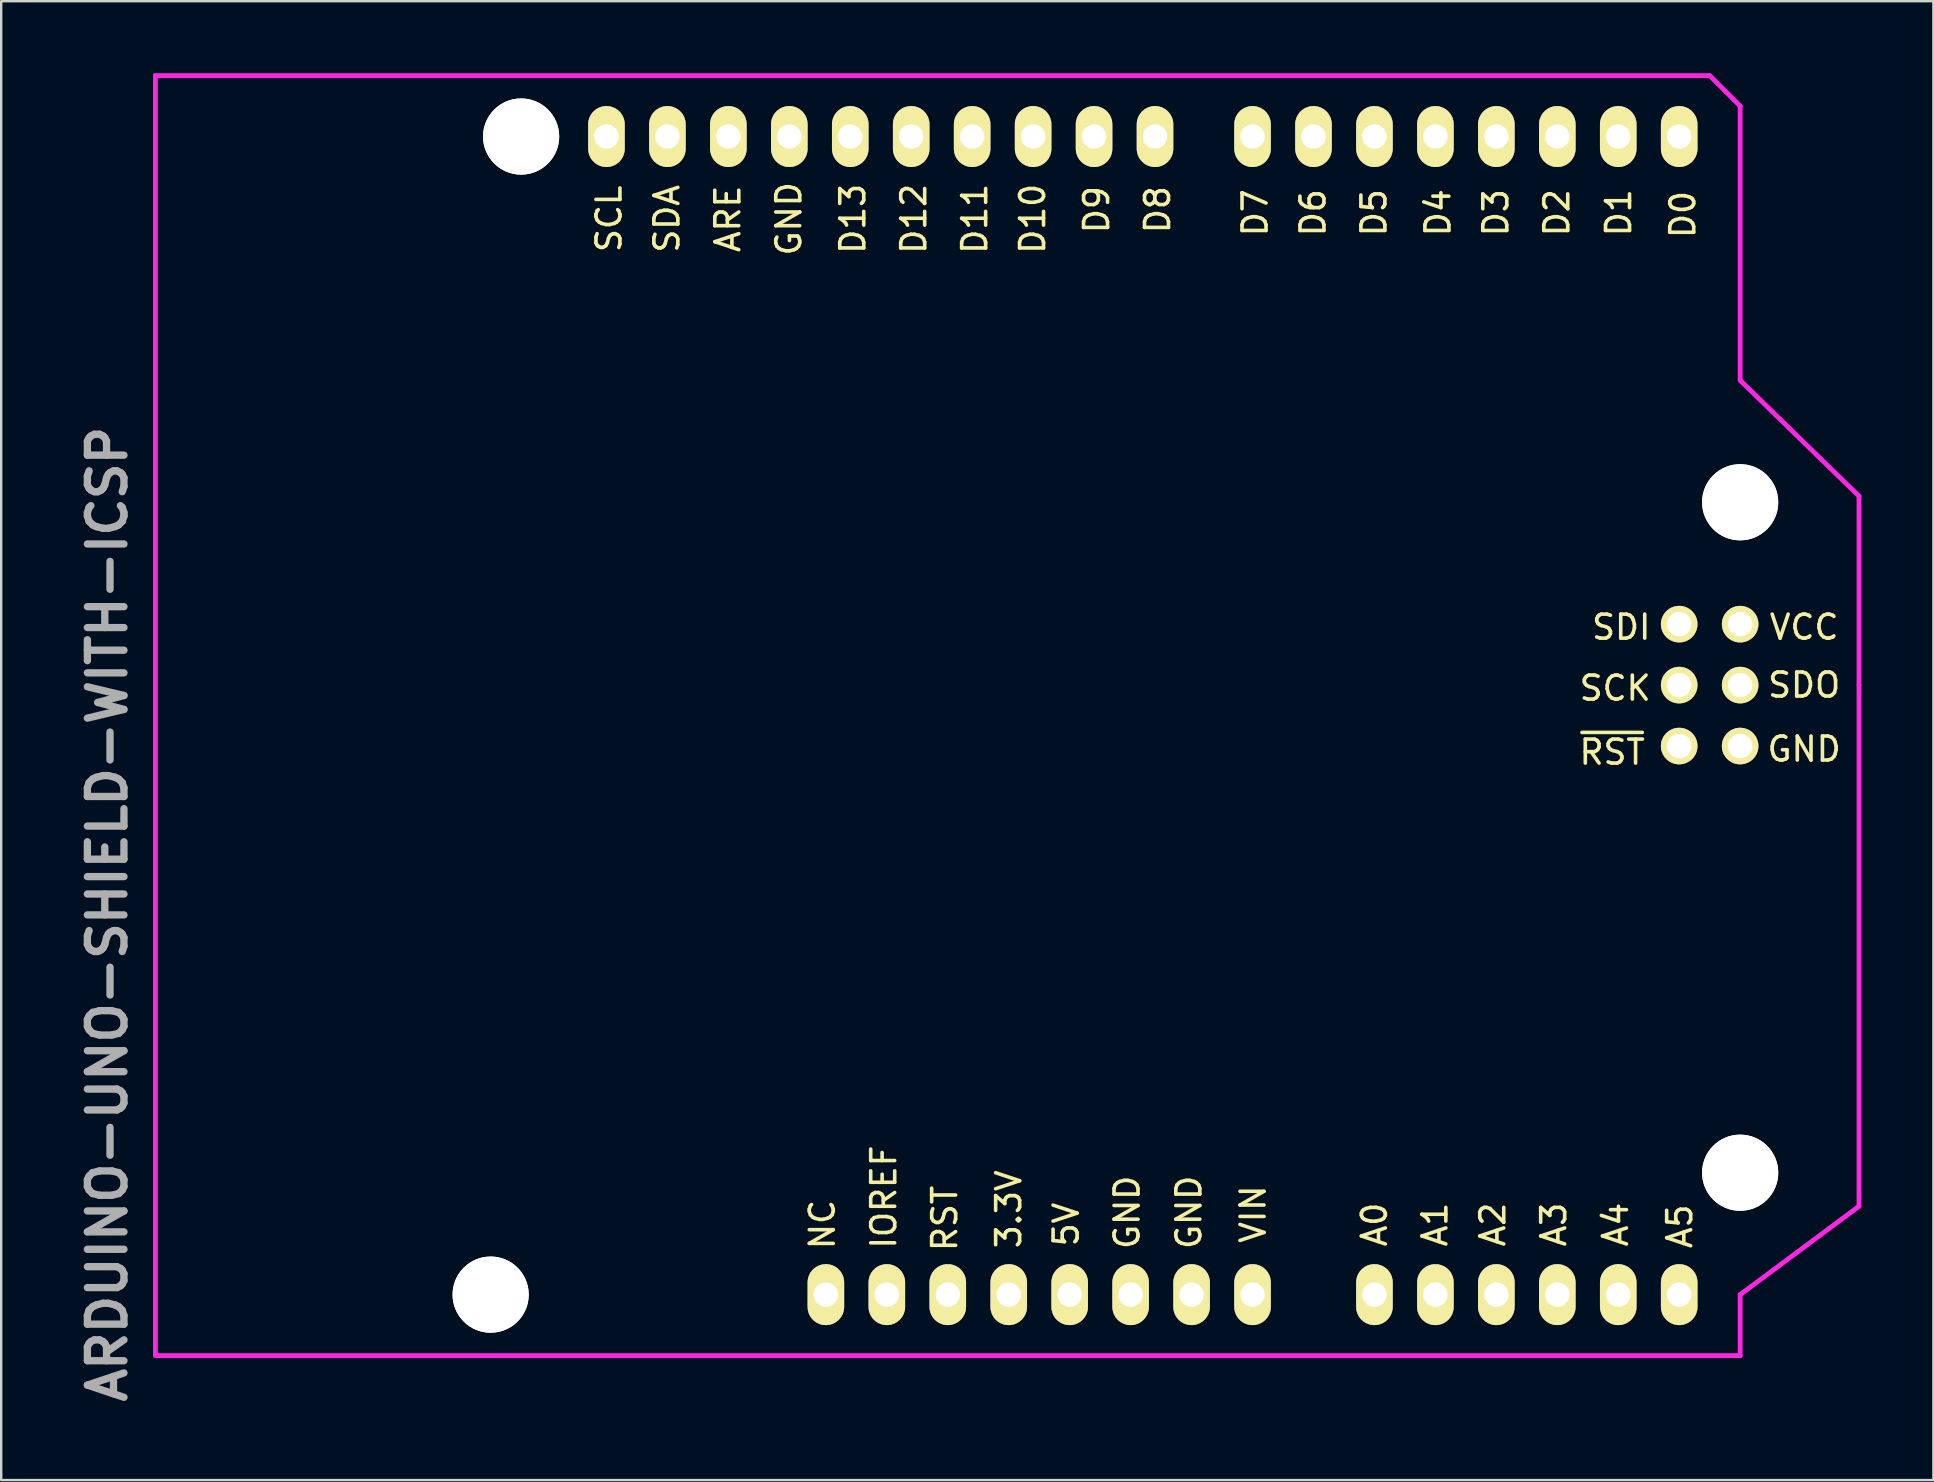
<source format=kicad_pcb>
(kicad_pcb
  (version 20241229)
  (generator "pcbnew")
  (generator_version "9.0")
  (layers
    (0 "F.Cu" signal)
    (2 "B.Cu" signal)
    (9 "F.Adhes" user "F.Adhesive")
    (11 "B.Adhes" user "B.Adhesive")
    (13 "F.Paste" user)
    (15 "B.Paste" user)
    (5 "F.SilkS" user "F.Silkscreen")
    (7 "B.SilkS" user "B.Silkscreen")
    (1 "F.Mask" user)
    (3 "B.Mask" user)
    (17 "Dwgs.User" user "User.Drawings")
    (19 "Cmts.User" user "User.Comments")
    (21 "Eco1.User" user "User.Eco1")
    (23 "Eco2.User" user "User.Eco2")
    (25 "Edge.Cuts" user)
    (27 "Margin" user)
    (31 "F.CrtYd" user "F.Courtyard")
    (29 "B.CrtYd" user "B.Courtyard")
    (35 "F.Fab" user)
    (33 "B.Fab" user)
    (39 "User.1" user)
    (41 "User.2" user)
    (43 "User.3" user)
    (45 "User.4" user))
  (footprint "ARDUINO-UNO-SHIELD-WITH-ICSP"
    (layer "F.Cu")
    (at 3.426 53.44)
    (property "Reference" "ARDUINO-UNO-SHIELD-WITH-ICSP" (at -2 -18.4 90) (layer "F.Fab") (effects (font (size 1.524 1.524) (thickness 0.305))))
    (attr through_hole)
    (fp_line (start 0 0) (end 0 -53.34) (stroke (width 0.2) (type solid)) (layer "F.CrtYd"))
    (fp_line (start 0 0) (end 66.04 0) (stroke (width 0.2) (type solid)) (layer "F.CrtYd"))
    (fp_line (start 64.77 -53.34) (end 0 -53.34) (stroke (width 0.2) (type solid)) (layer "F.CrtYd"))
    (fp_line (start 66.04 -52.07) (end 64.77 -53.34) (stroke (width 0.2) (type solid)) (layer "F.CrtYd"))
    (fp_line (start 66.04 -40.64) (end 66.04 -52.07) (stroke (width 0.2) (type solid)) (layer "F.CrtYd"))
    (fp_line (start 66.04 -40.64) (end 70.993 -35.814) (stroke (width 0.2) (type solid)) (layer "F.CrtYd"))
    (fp_line (start 66.04 -2.54) (end 66.04 0) (stroke (width 0.2) (type solid)) (layer "F.CrtYd"))
    (fp_line (start 66.04 -2.54) (end 70.993 -6.223) (stroke (width 0.2) (type solid)) (layer "F.CrtYd"))
    (fp_line (start 70.993 -35.814) (end 70.993 -27.94) (stroke (width 0.2) (type solid)) (layer "F.CrtYd"))
    (fp_line (start 70.993 -27.94) (end 70.993 -6.223) (stroke (width 0.2) (type solid)) (layer "F.CrtYd"))
    (fp_text user "SDI" (at 61.087 -30.353 0) (layer "F.SilkS") (effects (font (size 1 1) (thickness 0.15))))
    (fp_text user "ARE" (at 23.856 -47.371 90) (layer "F.SilkS") (effects (font (size 1 1) (thickness 0.15))))
    (fp_text user "3.3V" (at 35.56 -6.096 90) (layer "F.SilkS") (effects (font (size 1 1) (thickness 0.15))))
    (fp_text user "D6" (at 48.24 -47.625 90) (layer "F.SilkS") (effects (font (size 1 1) (thickness 0.15))))
    (fp_text user "A5" (at 63.523 -5.386 90) (layer "F.SilkS") (effects (font (size 1 1) (thickness 0.15))))
    (fp_text user "A2" (at 55.733 -5.461 90) (layer "F.SilkS") (effects (font (size 1 1) (thickness 0.15))))
    (fp_text user "D8" (at 41.763 -47.752 90) (layer "F.SilkS") (effects (font (size 1 1) (thickness 0.15))))
    (fp_text user "D12" (at 31.603 -47.371 90) (layer "F.SilkS") (effects (font (size 1 1) (thickness 0.15))))
    (fp_text user "5V" (at 37.953 -5.461 90) (layer "F.SilkS") (effects (font (size 1 1) (thickness 0.15))))
    (fp_text user "A3" (at 58.273 -5.461 90) (layer "F.SilkS") (effects (font (size 1 1) (thickness 0.15))))
    (fp_text user "SCL" (at 18.903 -47.371 90) (layer "F.SilkS") (effects (font (size 1 1) (thickness 0.15))))
    (fp_text user "GND" (at 40.493 -5.969 90) (layer "F.SilkS") (effects (font (size 1 1) (thickness 0.15))))
    (fp_text user "GND" (at 26.396 -47.371 90) (layer "F.SilkS") (effects (font (size 1 1) (thickness 0.15))))
    (fp_text user "D3" (at 55.86 -47.625 90) (layer "F.SilkS") (effects (font (size 1 1) (thickness 0.15))))
    (fp_text user "D2" (at 58.4 -47.625 90) (layer "F.SilkS") (effects (font (size 1 1) (thickness 0.15))))
    (fp_text user "D0" (at 63.65 -47.55 90) (layer "F.SilkS") (effects (font (size 1 1) (thickness 0.15))))
    (fp_text user "D4" (at 53.447 -47.625 90) (layer "F.SilkS") (effects (font (size 1 1) (thickness 0.15))))
    (fp_text user "D9" (at 39.223 -47.752 90) (layer "F.SilkS") (effects (font (size 1 1) (thickness 0.15))))
    (fp_text user "VCC" (at 68.707 -30.353 0) (layer "F.SilkS") (effects (font (size 1 1) (thickness 0.15))))
    (fp_text user "~{RST}" (at 60.706 -25.146 0) (layer "F.SilkS") (effects (font (size 1 1) (thickness 0.15))))
    (fp_text user "SDA" (at 21.316 -47.371 90) (layer "F.SilkS") (effects (font (size 1 1) (thickness 0.15))))
    (fp_text user "RST" (at 32.893 -5.715 90) (layer "F.SilkS") (effects (font (size 1 1) (thickness 0.15))))
    (fp_text user "D5" (at 50.78 -47.625 90) (layer "F.SilkS") (effects (font (size 1 1) (thickness 0.15))))
    (fp_text user "VIN" (at 45.743 -5.894 90) (layer "F.SilkS") (effects (font (size 1 1) (thickness 0.15))))
    (fp_text user "SCK" (at 60.833 -27.813 0) (layer "F.SilkS") (effects (font (size 1 1) (thickness 0.15))))
    (fp_text user "GND" (at 68.707 -25.273 0) (layer "F.SilkS") (effects (font (size 1 1) (thickness 0.15))))
    (fp_text user "IOREF" (at 30.353 -6.604 90) (layer "F.SilkS") (effects (font (size 1 1) (thickness 0.15))))
    (fp_text user "SDO" (at 68.707 -27.94 0) (layer "F.SilkS") (effects (font (size 1 1) (thickness 0.15))))
    (fp_text user "D1" (at 60.975 -47.625 90) (layer "F.SilkS") (effects (font (size 1 1) (thickness 0.15))))
    (fp_text user "D7" (at 45.827 -47.625 90) (layer "F.SilkS") (effects (font (size 1 1) (thickness 0.15))))
    (fp_text user "A1" (at 53.32 -5.461 90) (layer "F.SilkS") (effects (font (size 1 1) (thickness 0.15))))
    (fp_text user "D10" (at 36.556 -47.371 90) (layer "F.SilkS") (effects (font (size 1 1) (thickness 0.15))))
    (fp_text user "D11" (at 34.143 -47.371 90) (layer "F.SilkS") (effects (font (size 1 1) (thickness 0.15))))
    (fp_text user "GND" (at 43.068 -5.969 90) (layer "F.SilkS") (effects (font (size 1 1) (thickness 0.15))))
    (fp_text user "A4" (at 60.848 -5.461 90) (layer "F.SilkS") (effects (font (size 1 1) (thickness 0.15))))
    (fp_text user "NC" (at 27.793 -5.461 90) (layer "F.SilkS") (effects (font (size 1 1) (thickness 0.15))))
    (fp_text user "A0" (at 50.8 -5.461 90) (layer "F.SilkS") (effects (font (size 1 1) (thickness 0.15))))
    (fp_text user "D13" (at 29.063 -47.371 90) (layer "F.SilkS") (effects (font (size 1 1) (thickness 0.15))))
    (pad "" np_thru_hole circle (at 13.97 -2.54 90) (size 3.175 3.175) (drill 3.175) (layers "*.Cu" "*.Mask" "F.SilkS"))
    (pad "" np_thru_hole circle (at 15.24 -50.8 90) (size 3.175 3.175) (drill 3.175) (layers "*.Cu" "*.Mask" "F.SilkS"))
    (pad "" np_thru_hole circle (at 66.04 -35.56 90) (size 3.175 3.175) (drill 3.175) (layers "*.Cu" "*.Mask" "F.SilkS"))
    (pad "" np_thru_hole circle (at 66.04 -7.62 90) (size 3.175 3.175) (drill 3.175) (layers "*.Cu" "*.Mask" "F.SilkS"))
    (pad "3V3" thru_hole oval (at 35.56 -2.54 90) (size 2.54 1.524) (drill 1.016) (layers "*.Cu" "*.Mask" "F.SilkS"))
    (pad "5V" thru_hole oval (at 38.1 -2.54 90) (size 2.54 1.524) (drill 1.016) (layers "*.Cu" "*.Mask" "F.SilkS"))
    (pad "A0" thru_hole oval (at 50.8 -2.54 90) (size 2.54 1.524) (drill 1.016) (layers "*.Cu" "*.Mask" "F.SilkS"))
    (pad "A1" thru_hole oval (at 53.34 -2.54 90) (size 2.54 1.524) (drill 1.016) (layers "*.Cu" "*.Mask" "F.SilkS"))
    (pad "A2" thru_hole oval (at 55.88 -2.54 90) (size 2.54 1.524) (drill 1.016) (layers "*.Cu" "*.Mask" "F.SilkS"))
    (pad "A3" thru_hole oval (at 58.42 -2.54 90) (size 2.54 1.524) (drill 1.016) (layers "*.Cu" "*.Mask" "F.SilkS"))
    (pad "A4" thru_hole oval (at 60.96 -2.54 90) (size 2.54 1.524) (drill 1.016) (layers "*.Cu" "*.Mask" "F.SilkS"))
    (pad "A5" thru_hole oval (at 63.5 -2.54 90) (size 2.54 1.524) (drill 1.016) (layers "*.Cu" "*.Mask" "F.SilkS"))
    (pad "AREF" thru_hole oval (at 23.876 -50.8 90) (size 2.54 1.524) (drill 1.016) (layers "*.Cu" "*.Mask" "F.SilkS"))
    (pad "D0" thru_hole oval (at 63.5 -50.8 90) (size 2.54 1.524) (drill 1.016) (layers "*.Cu" "*.Mask" "F.SilkS"))
    (pad "D1" thru_hole oval (at 60.96 -50.8 90) (size 2.54 1.524) (drill 1.016) (layers "*.Cu" "*.Mask" "F.SilkS"))
    (pad "D2" thru_hole oval (at 58.42 -50.8 90) (size 2.54 1.524) (drill 1.016) (layers "*.Cu" "*.Mask" "F.SilkS"))
    (pad "D3" thru_hole oval (at 55.88 -50.8 90) (size 2.54 1.524) (drill 1.016) (layers "*.Cu" "*.Mask" "F.SilkS"))
    (pad "D4" thru_hole oval (at 53.34 -50.8 90) (size 2.54 1.524) (drill 1.016) (layers "*.Cu" "*.Mask" "F.SilkS"))
    (pad "D5" thru_hole oval (at 50.8 -50.8 90) (size 2.54 1.524) (drill 1.016) (layers "*.Cu" "*.Mask" "F.SilkS"))
    (pad "D6" thru_hole oval (at 48.26 -50.8 90) (size 2.54 1.524) (drill 1.016) (layers "*.Cu" "*.Mask" "F.SilkS"))
    (pad "D7" thru_hole oval (at 45.72 -50.8 90) (size 2.54 1.524) (drill 1.016) (layers "*.Cu" "*.Mask" "F.SilkS"))
    (pad "D8" thru_hole oval (at 41.656 -50.8 90) (size 2.54 1.524) (drill 1.016) (layers "*.Cu" "*.Mask" "F.SilkS"))
    (pad "D9" thru_hole oval (at 39.116 -50.8 90) (size 2.54 1.524) (drill 1.016) (layers "*.Cu" "*.Mask" "F.SilkS"))
    (pad "D10" thru_hole oval (at 36.576 -50.8 90) (size 2.54 1.524) (drill 1.016) (layers "*.Cu" "*.Mask" "F.SilkS"))
    (pad "D11" thru_hole oval (at 34.036 -50.8 90) (size 2.54 1.524) (drill 1.016) (layers "*.Cu" "*.Mask" "F.SilkS"))
    (pad "D12" thru_hole oval (at 31.496 -50.8 90) (size 2.54 1.524) (drill 1.016) (layers "*.Cu" "*.Mask" "F.SilkS"))
    (pad "D13" thru_hole oval (at 28.956 -50.8 90) (size 2.54 1.524) (drill 1.016) (layers "*.Cu" "*.Mask" "F.SilkS"))
    (pad "GND1" thru_hole oval (at 40.64 -2.54 90) (size 2.54 1.524) (drill 1.016) (layers "*.Cu" "*.Mask" "F.SilkS"))
    (pad "GND2" thru_hole oval (at 43.18 -2.54 90) (size 2.54 1.524) (drill 1.016) (layers "*.Cu" "*.Mask" "F.SilkS"))
    (pad "GND3" thru_hole oval (at 26.416 -50.8 90) (size 2.54 1.524) (drill 1.016) (layers "*.Cu" "*.Mask" "F.SilkS"))
    (pad "IO" thru_hole oval (at 30.48 -2.54 90) (size 2.54 1.524) (drill 1.016) (layers "*.Cu" "*.Mask" "F.SilkS"))
    (pad "NC" thru_hole oval (at 27.94 -2.54 90) (size 2.54 1.524) (drill 1.016) (layers "*.Cu" "*.Mask" "F.SilkS"))
    (pad "RST" thru_hole oval (at 33.02 -2.54 90) (size 2.54 1.524) (drill 1.016) (layers "*.Cu" "*.Mask" "F.SilkS"))
    (pad "SCL" thru_hole oval (at 18.796 -50.8 90) (size 2.54 1.524) (drill 1.016) (layers "*.Cu" "*.Mask" "F.SilkS"))
    (pad "SDA" thru_hole oval (at 21.336 -50.8 90) (size 2.54 1.524) (drill 1.016) (layers "*.Cu" "*.Mask" "F.SilkS"))
    (pad "SP1" thru_hole circle (at 63.5 -30.48 90) (size 1.524 1.524) (drill 1.016) (layers "*.Cu" "*.Mask" "F.SilkS"))
    (pad "SP2" thru_hole circle (at 66.04 -30.48 90) (size 1.524 1.524) (drill 1.016) (layers "*.Cu" "*.Mask" "F.SilkS"))
    (pad "SP3" thru_hole circle (at 63.5 -27.94 90) (size 1.524 1.524) (drill 1.016) (layers "*.Cu" "*.Mask" "F.SilkS"))
    (pad "SP4" thru_hole circle (at 66.04 -27.94 90) (size 1.524 1.524) (drill 1.016) (layers "*.Cu" "*.Mask" "F.SilkS"))
    (pad "SP5" thru_hole circle (at 63.5 -25.4 90) (size 1.524 1.524) (drill 1.016) (layers "*.Cu" "*.Mask" "F.SilkS"))
    (pad "SP6" thru_hole circle (at 66.04 -25.4 90) (size 1.524 1.524) (drill 1.016) (layers "*.Cu" "*.Mask" "F.SilkS"))
    (pad "VIN" thru_hole oval (at 45.72 -2.54 90) (size 2.54 1.524) (drill 1.016) (layers "*.Cu" "*.Mask" "F.SilkS")))
  (gr_rect
    (start -3 -3)
    (end 77.519 58.629)
    (stroke (width 0.1) (type default))
    (fill no)
    (layer "Edge.Cuts")))
</source>
